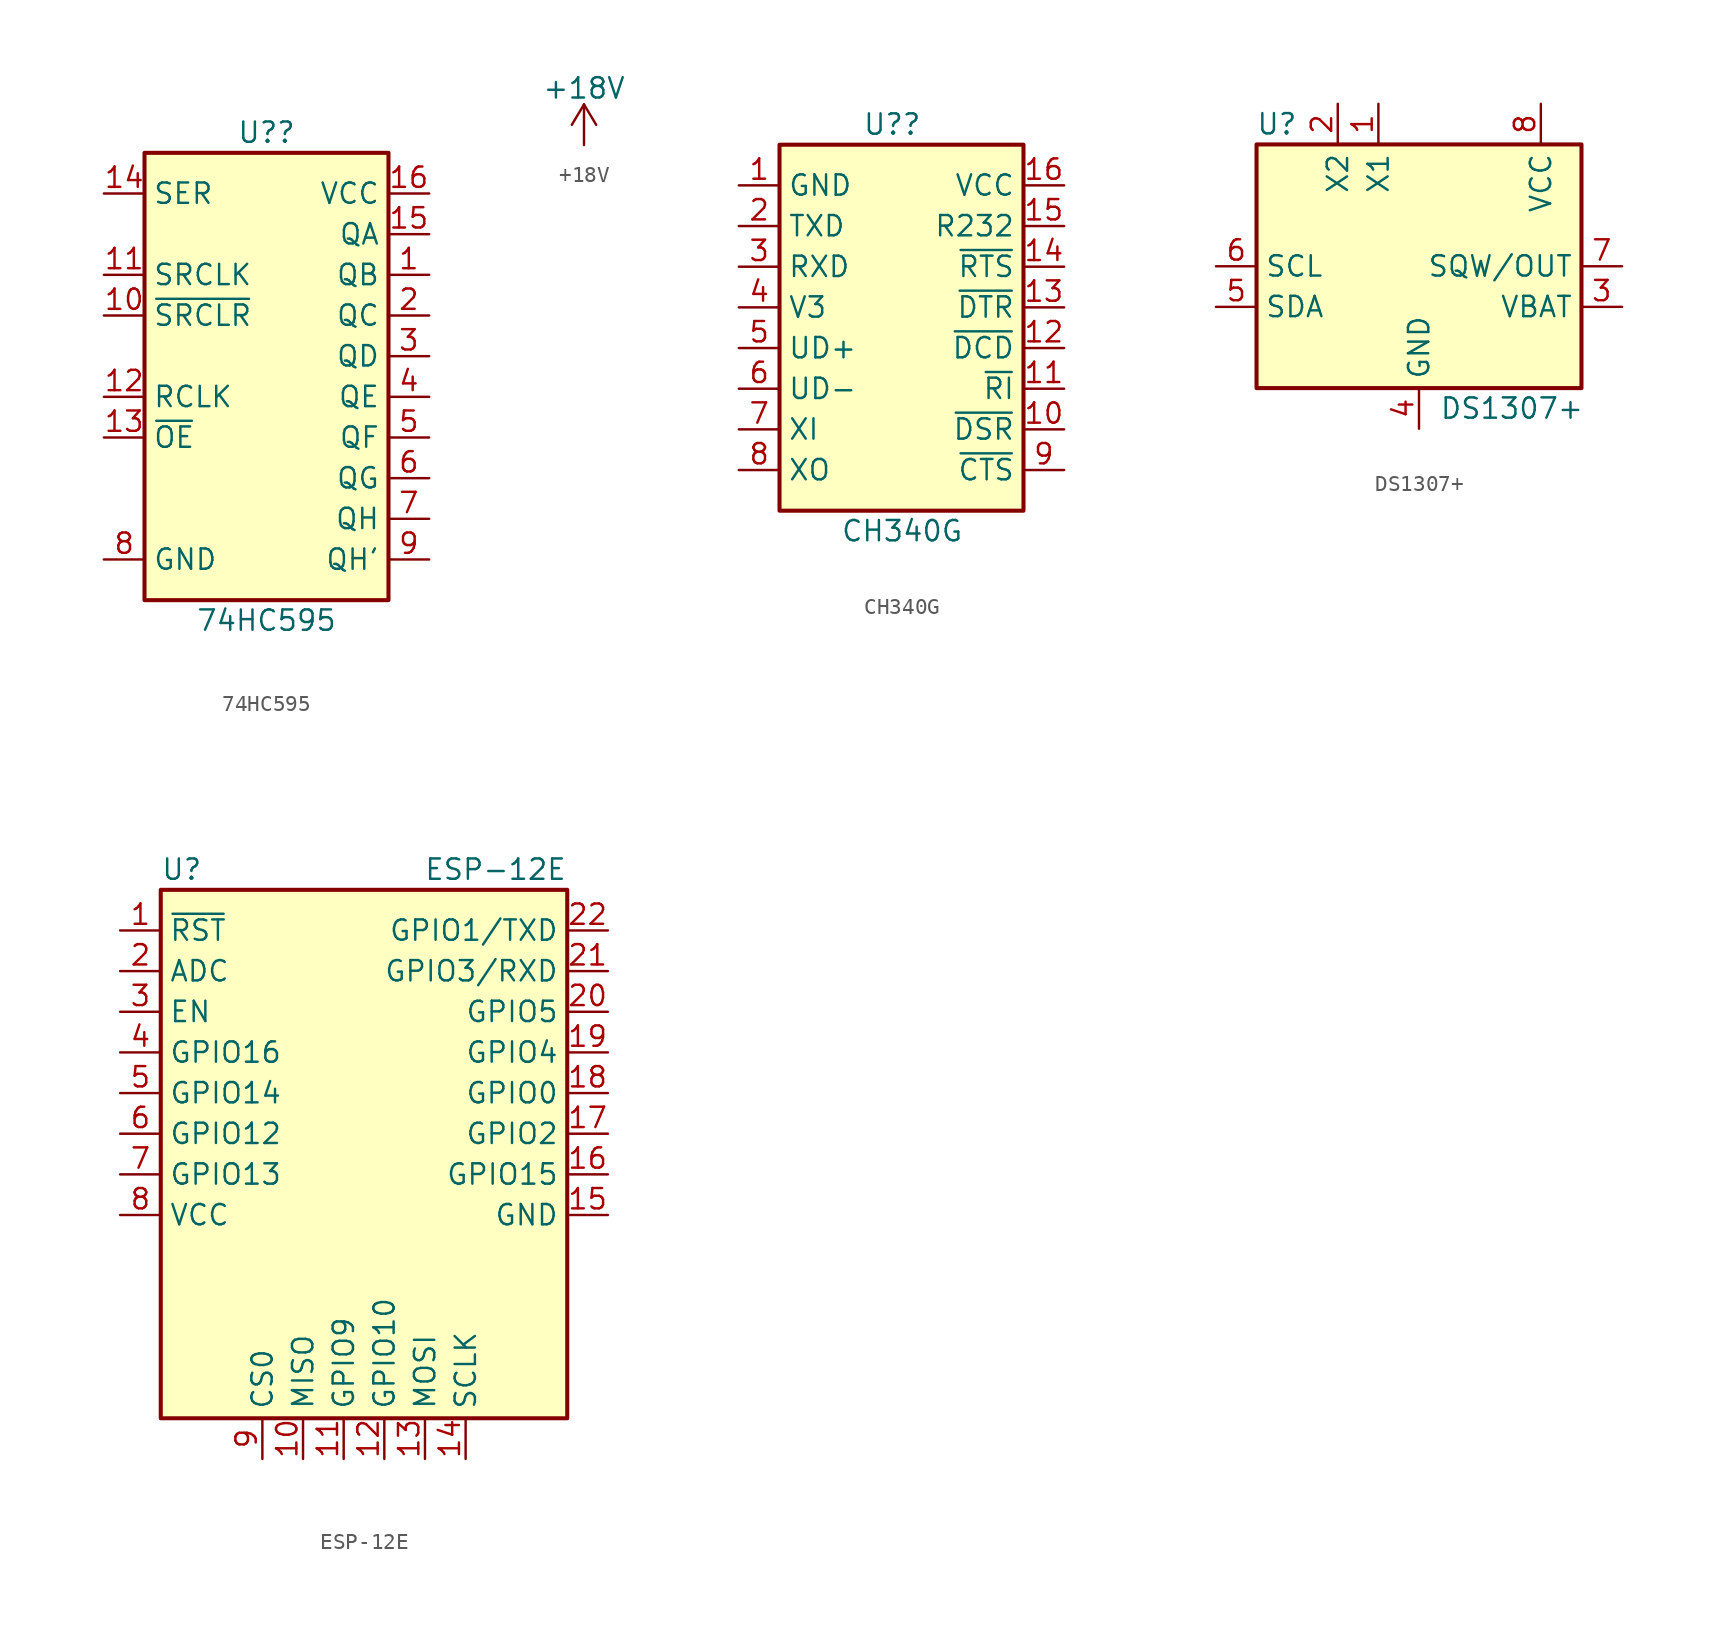
<source format=kicad_sym>
(kicad_symbol_lib
  (version 20220914)
  (generator kicad_symbol_editor)
  (symbol "74HC595"
    (property "Reference" "U?"
      (at 0 13.97 0)
      (effects (font (size 1.27 1.27))))
    (property "Value" "74HC595"
      (at 0 -16.51 0)
      (effects (font (size 1.27 1.27))))
    (symbol "74HC595_1_0"
      (pin tri_state line (at 10.16 5.08 180) (length 2.54) (name "QB" (effects (font (size 1.27 1.27)))) (number "1" (effects (font (size 1.27 1.27)))))
      (pin input line (at -10.16 2.54 0) (length 2.54) (name "~{SRCLR}" (effects (font (size 1.27 1.27)))) (number "10" (effects (font (size 1.27 1.27)))))
      (pin input line (at -10.16 5.08 0) (length 2.54) (name "SRCLK" (effects (font (size 1.27 1.27)))) (number "11" (effects (font (size 1.27 1.27)))))
      (pin input line (at -10.16 -2.54 0) (length 2.54) (name "RCLK" (effects (font (size 1.27 1.27)))) (number "12" (effects (font (size 1.27 1.27)))))
      (pin input line (at -10.16 -5.08 0) (length 2.54) (name "~{OE}" (effects (font (size 1.27 1.27)))) (number "13" (effects (font (size 1.27 1.27)))))
      (pin input line (at -10.16 10.16 0) (length 2.54) (name "SER" (effects (font (size 1.27 1.27)))) (number "14" (effects (font (size 1.27 1.27)))))
      (pin tri_state line (at 10.16 7.62 180) (length 2.54) (name "QA" (effects (font (size 1.27 1.27)))) (number "15" (effects (font (size 1.27 1.27)))))
      (pin power_in line (at 10.16 10.16 180) (length 2.54) (name "VCC" (effects (font (size 1.27 1.27)))) (number "16" (effects (font (size 1.27 1.27)))))
      (pin tri_state line (at 10.16 2.54 180) (length 2.54) (name "QC" (effects (font (size 1.27 1.27)))) (number "2" (effects (font (size 1.27 1.27)))))
      (pin tri_state line (at 10.16 0 180) (length 2.54) (name "QD" (effects (font (size 1.27 1.27)))) (number "3" (effects (font (size 1.27 1.27)))))
      (pin tri_state line (at 10.16 -2.54 180) (length 2.54) (name "QE" (effects (font (size 1.27 1.27)))) (number "4" (effects (font (size 1.27 1.27)))))
      (pin tri_state line (at 10.16 -5.08 180) (length 2.54) (name "QF" (effects (font (size 1.27 1.27)))) (number "5" (effects (font (size 1.27 1.27)))))
      (pin tri_state line (at 10.16 -7.62 180) (length 2.54) (name "QG" (effects (font (size 1.27 1.27)))) (number "6" (effects (font (size 1.27 1.27)))))
      (pin tri_state line (at 10.16 -10.16 180) (length 2.54) (name "QH" (effects (font (size 1.27 1.27)))) (number "7" (effects (font (size 1.27 1.27)))))
      (pin power_in line (at -10.16 -12.7 0) (length 2.54) (name "GND" (effects (font (size 1.27 1.27)))) (number "8" (effects (font (size 1.27 1.27)))))
      (pin output line (at 10.16 -12.7 180) (length 2.54) (name "QH'" (effects (font (size 1.27 1.27)))) (number "9" (effects (font (size 1.27 1.27))))))
    (symbol "74HC595_1_1"
      (rectangle (start -7.62 12.7) (end 7.62 -15.24) (stroke (width 0.254) (type default)) (fill (type background)))))
  (symbol "+18V"
    (power)
    (pin_names
      (offset 0))
    (property "Reference" "#PWR"
      (at 0 -3.81 0)
      (effects (font (size 1.27 1.27)) hide))
    (property "Value" "+18V"
      (at 0 3.556 0)
      (effects (font (size 1.27 1.27))))
    (symbol "+18V_0_1"
      (polyline (pts (xy -0.762 1.27) (xy 0 2.54)) (stroke (width 0) (type default)) (fill (type none)))
      (polyline (pts (xy 0 0) (xy 0 2.54)) (stroke (width 0) (type default)) (fill (type none)))
      (polyline (pts (xy 0 2.54) (xy 0.762 1.27)) (stroke (width 0) (type default)) (fill (type none))))
    (symbol "+18V_1_1"
      (pin power_in line (at 0 0 180) (length 0) hide (name "+18V" (effects (font (size 1.27 1.27)))) (number "1" (effects (font (size 1.27 1.27)))))))
  (symbol "CH340G"
    (property "Reference" "U?"
      (at 1.27 12.7 0)
      (effects (font (size 1.27 1.27)) (justify right)))
    (property "Value" "CH340G"
      (at -3.81 -12.7 0)
      (effects (font (size 1.27 1.27)) (justify left)))
    (symbol "CH340G_0_1"
      (rectangle (start -7.62 11.43) (end 7.62 -11.43) (stroke (width 0.254) (type default)) (fill (type background))))
    (symbol "CH340G_1_1"
      (pin power_in line (at -10.16 8.89 0) (length 2.54) (name "GND" (effects (font (size 1.27 1.27)))) (number "1" (effects (font (size 1.27 1.27)))))
      (pin input line (at 10.16 -6.35 180) (length 2.54) (name "~{DSR}" (effects (font (size 1.27 1.27)))) (number "10" (effects (font (size 1.27 1.27)))))
      (pin input line (at 10.16 -3.81 180) (length 2.54) (name "~{RI}" (effects (font (size 1.27 1.27)))) (number "11" (effects (font (size 1.27 1.27)))))
      (pin input line (at 10.16 -1.27 180) (length 2.54) (name "~{DCD}" (effects (font (size 1.27 1.27)))) (number "12" (effects (font (size 1.27 1.27)))))
      (pin output line (at 10.16 1.27 180) (length 2.54) (name "~{DTR}" (effects (font (size 1.27 1.27)))) (number "13" (effects (font (size 1.27 1.27)))))
      (pin output line (at 10.16 3.81 180) (length 2.54) (name "~{RTS}" (effects (font (size 1.27 1.27)))) (number "14" (effects (font (size 1.27 1.27)))))
      (pin input line (at 10.16 6.35 180) (length 2.54) (name "R232" (effects (font (size 1.27 1.27)))) (number "15" (effects (font (size 1.27 1.27)))))
      (pin power_in line (at 10.16 8.89 180) (length 2.54) (name "VCC" (effects (font (size 1.27 1.27)))) (number "16" (effects (font (size 1.27 1.27)))))
      (pin output line (at -10.16 6.35 0) (length 2.54) (name "TXD" (effects (font (size 1.27 1.27)))) (number "2" (effects (font (size 1.27 1.27)))))
      (pin input line (at -10.16 3.81 0) (length 2.54) (name "RXD" (effects (font (size 1.27 1.27)))) (number "3" (effects (font (size 1.27 1.27)))))
      (pin passive line (at -10.16 1.27 0) (length 2.54) (name "V3" (effects (font (size 1.27 1.27)))) (number "4" (effects (font (size 1.27 1.27)))))
      (pin bidirectional line (at -10.16 -1.27 0) (length 2.54) (name "UD+" (effects (font (size 1.27 1.27)))) (number "5" (effects (font (size 1.27 1.27)))))
      (pin bidirectional line (at -10.16 -3.81 0) (length 2.54) (name "UD-" (effects (font (size 1.27 1.27)))) (number "6" (effects (font (size 1.27 1.27)))))
      (pin input line (at -10.16 -6.35 0) (length 2.54) (name "XI" (effects (font (size 1.27 1.27)))) (number "7" (effects (font (size 1.27 1.27)))))
      (pin output line (at -10.16 -8.89 0) (length 2.54) (name "XO" (effects (font (size 1.27 1.27)))) (number "8" (effects (font (size 1.27 1.27)))))
      (pin input line (at 10.16 -8.89 180) (length 2.54) (name "~{CTS}" (effects (font (size 1.27 1.27)))) (number "9" (effects (font (size 1.27 1.27)))))))
  (symbol "DS1307+"
    (property "Reference" "U"
      (at -8.89 8.89 0)
      (effects (font (size 1.27 1.27))))
    (property "Value" "DS1307+"
      (at 1.27 -8.89 0)
      (effects (font (size 1.27 1.27)) (justify left)))
    (symbol "DS1307+_0_1"
      (rectangle (start -10.16 7.62) (end 10.16 -7.62) (stroke (width 0.254) (type default)) (fill (type background))))
    (symbol "DS1307+_1_1"
      (pin input line (at -2.54 10.16 270) (length 2.54) (name "X1" (effects (font (size 1.27 1.27)))) (number "1" (effects (font (size 1.27 1.27)))))
      (pin input line (at -5.08 10.16 270) (length 2.54) (name "X2" (effects (font (size 1.27 1.27)))) (number "2" (effects (font (size 1.27 1.27)))))
      (pin power_in line (at 12.7 -2.54 180) (length 2.54) (name "VBAT" (effects (font (size 1.27 1.27)))) (number "3" (effects (font (size 1.27 1.27)))))
      (pin power_in line (at 0 -10.16 90) (length 2.54) (name "GND" (effects (font (size 1.27 1.27)))) (number "4" (effects (font (size 1.27 1.27)))))
      (pin bidirectional line (at -12.7 -2.54 0) (length 2.54) (name "SDA" (effects (font (size 1.27 1.27)))) (number "5" (effects (font (size 1.27 1.27)))))
      (pin input line (at -12.7 0 0) (length 2.54) (name "SCL" (effects (font (size 1.27 1.27)))) (number "6" (effects (font (size 1.27 1.27)))))
      (pin open_collector line (at 12.7 0 180) (length 2.54) (name "SQW/OUT" (effects (font (size 1.27 1.27)))) (number "7" (effects (font (size 1.27 1.27)))))
      (pin power_in line (at 7.62 10.16 270) (length 2.54) (name "VCC" (effects (font (size 1.27 1.27)))) (number "8" (effects (font (size 1.27 1.27)))))))
  (symbol "ESP-12E"
    (property "Reference" "U"
      (at -12.7 19.05 0)
      (effects (font (size 1.27 1.27)) (justify left)))
    (property "Value" "ESP-12E"
      (at 12.7 19.05 0)
      (effects (font (size 1.27 1.27)) (justify right)))
    (symbol "ESP-12E_0_1"
      (rectangle (start -12.7 17.78) (end 12.7 -15.24) (stroke (width 0.254) (type default)) (fill (type background))))
    (symbol "ESP-12E_1_1"
      (pin input line (at -15.24 15.24 0) (length 2.54) (name "~{RST}" (effects (font (size 1.27 1.27)))) (number "1" (effects (font (size 1.27 1.27)))))
      (pin bidirectional line (at -3.81 -17.78 90) (length 2.54) (name "MISO" (effects (font (size 1.27 1.27)))) (number "10" (effects (font (size 1.27 1.27)))))
      (pin bidirectional line (at -1.27 -17.78 90) (length 2.54) (name "GPIO9" (effects (font (size 1.27 1.27)))) (number "11" (effects (font (size 1.27 1.27)))))
      (pin bidirectional line (at 1.27 -17.78 90) (length 2.54) (name "GPIO10" (effects (font (size 1.27 1.27)))) (number "12" (effects (font (size 1.27 1.27)))))
      (pin bidirectional line (at 3.81 -17.78 90) (length 2.54) (name "MOSI" (effects (font (size 1.27 1.27)))) (number "13" (effects (font (size 1.27 1.27)))))
      (pin bidirectional line (at 6.35 -17.78 90) (length 2.54) (name "SCLK" (effects (font (size 1.27 1.27)))) (number "14" (effects (font (size 1.27 1.27)))))
      (pin power_in line (at 15.24 -2.54 180) (length 2.54) (name "GND" (effects (font (size 1.27 1.27)))) (number "15" (effects (font (size 1.27 1.27)))))
      (pin bidirectional line (at 15.24 0 180) (length 2.54) (name "GPIO15" (effects (font (size 1.27 1.27)))) (number "16" (effects (font (size 1.27 1.27)))))
      (pin bidirectional line (at 15.24 2.54 180) (length 2.54) (name "GPIO2" (effects (font (size 1.27 1.27)))) (number "17" (effects (font (size 1.27 1.27)))))
      (pin bidirectional line (at 15.24 5.08 180) (length 2.54) (name "GPIO0" (effects (font (size 1.27 1.27)))) (number "18" (effects (font (size 1.27 1.27)))))
      (pin bidirectional line (at 15.24 7.62 180) (length 2.54) (name "GPIO4" (effects (font (size 1.27 1.27)))) (number "19" (effects (font (size 1.27 1.27)))))
      (pin input line (at -15.24 12.7 0) (length 2.54) (name "ADC" (effects (font (size 1.27 1.27)))) (number "2" (effects (font (size 1.27 1.27)))))
      (pin bidirectional line (at 15.24 10.16 180) (length 2.54) (name "GPIO5" (effects (font (size 1.27 1.27)))) (number "20" (effects (font (size 1.27 1.27)))))
      (pin bidirectional line (at 15.24 12.7 180) (length 2.54) (name "GPIO3/RXD" (effects (font (size 1.27 1.27)))) (number "21" (effects (font (size 1.27 1.27)))))
      (pin bidirectional line (at 15.24 15.24 180) (length 2.54) (name "GPIO1/TXD" (effects (font (size 1.27 1.27)))) (number "22" (effects (font (size 1.27 1.27)))))
      (pin input line (at -15.24 10.16 0) (length 2.54) (name "EN" (effects (font (size 1.27 1.27)))) (number "3" (effects (font (size 1.27 1.27)))) (alternate "CH_PD" input line))
      (pin bidirectional line (at -15.24 7.62 0) (length 2.54) (name "GPIO16" (effects (font (size 1.27 1.27)))) (number "4" (effects (font (size 1.27 1.27)))))
      (pin bidirectional line (at -15.24 5.08 0) (length 2.54) (name "GPIO14" (effects (font (size 1.27 1.27)))) (number "5" (effects (font (size 1.27 1.27)))))
      (pin bidirectional line (at -15.24 2.54 0) (length 2.54) (name "GPIO12" (effects (font (size 1.27 1.27)))) (number "6" (effects (font (size 1.27 1.27)))))
      (pin bidirectional line (at -15.24 0 0) (length 2.54) (name "GPIO13" (effects (font (size 1.27 1.27)))) (number "7" (effects (font (size 1.27 1.27)))))
      (pin power_in line (at -15.24 -2.54 0) (length 2.54) (name "VCC" (effects (font (size 1.27 1.27)))) (number "8" (effects (font (size 1.27 1.27)))))
      (pin input line (at -6.35 -17.78 90) (length 2.54) (name "CS0" (effects (font (size 1.27 1.27)))) (number "9" (effects (font (size 1.27 1.27))))))))
</source>
